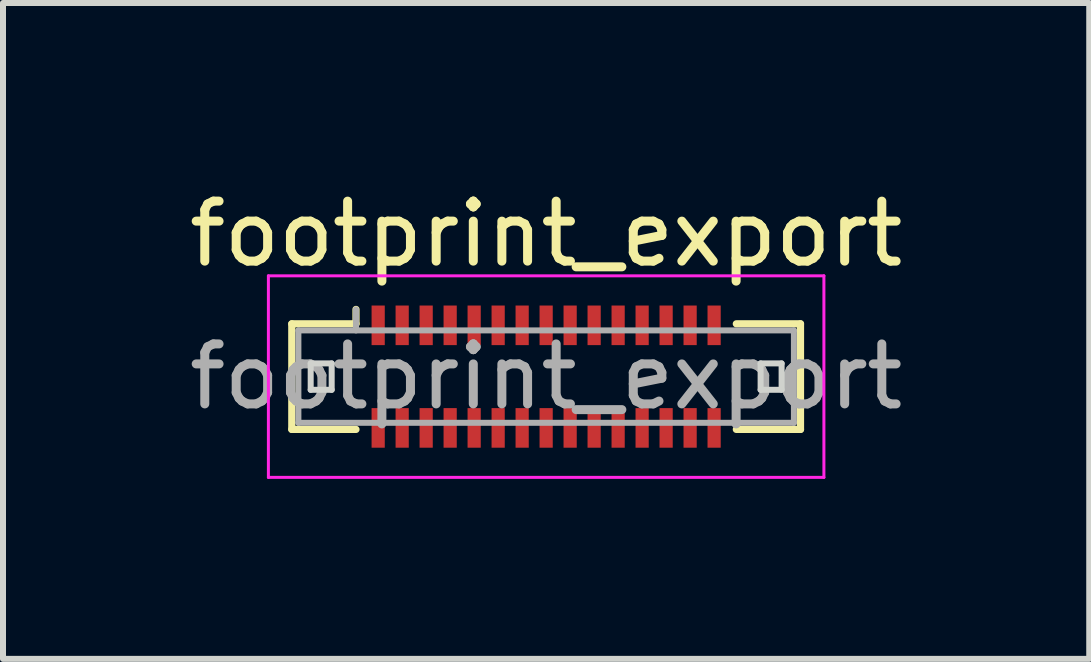
<source format=kicad_pcb>
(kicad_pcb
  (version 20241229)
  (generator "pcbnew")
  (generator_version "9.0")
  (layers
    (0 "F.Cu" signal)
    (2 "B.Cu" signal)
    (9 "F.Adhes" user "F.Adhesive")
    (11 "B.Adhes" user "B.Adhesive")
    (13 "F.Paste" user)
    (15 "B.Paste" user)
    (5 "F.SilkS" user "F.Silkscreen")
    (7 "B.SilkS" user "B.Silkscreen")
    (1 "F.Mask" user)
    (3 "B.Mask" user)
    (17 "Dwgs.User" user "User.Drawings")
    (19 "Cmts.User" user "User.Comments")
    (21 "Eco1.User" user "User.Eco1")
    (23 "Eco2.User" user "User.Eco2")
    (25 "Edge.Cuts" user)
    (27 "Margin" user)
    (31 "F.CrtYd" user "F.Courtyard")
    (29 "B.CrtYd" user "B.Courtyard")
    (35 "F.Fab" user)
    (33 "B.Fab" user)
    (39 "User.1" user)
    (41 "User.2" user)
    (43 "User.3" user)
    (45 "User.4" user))
  (footprint "footprint_export"
    (layer "F.Cu")
    (at 6.054 3.228)
    (property "Reference" "footprint_export" (at 0 -2.38 0) (layer "F.SilkS") (effects (font (size 1 1) (thickness 0.15))))
    (attr smd)
    (fp_line (start -4.24 -0.88) (end -3.17 -0.88) (stroke (width 0.12) (type solid)) (layer "F.SilkS"))
    (fp_line (start -4.24 0.88) (end -4.24 -0.88) (stroke (width 0.12) (type solid)) (layer "F.SilkS"))
    (fp_line (start -3.17 -0.88) (end -3.17 -1.12) (stroke (width 0.12) (type solid)) (layer "F.SilkS"))
    (fp_line (start -3.17 0.88) (end -4.24 0.88) (stroke (width 0.12) (type solid)) (layer "F.SilkS"))
    (fp_line (start 3.17 0.88) (end 4.24 0.88) (stroke (width 0.12) (type solid)) (layer "F.SilkS"))
    (fp_line (start 4.24 -0.88) (end 3.17 -0.88) (stroke (width 0.12) (type solid)) (layer "F.SilkS"))
    (fp_line (start 4.24 0.88) (end 4.24 -0.88) (stroke (width 0.12) (type solid)) (layer "F.SilkS"))
    (fp_line (start -3.925 -0.22) (end -3.925 0.22) (stroke (width 0.1) (type solid)) (layer "Edge.Cuts"))
    (fp_line (start -3.925 0.22) (end -3.575 0.22) (stroke (width 0.1) (type solid)) (layer "Edge.Cuts"))
    (fp_line (start -3.575 -0.22) (end -3.925 -0.22) (stroke (width 0.1) (type solid)) (layer "Edge.Cuts"))
    (fp_line (start -3.575 0.22) (end -3.575 -0.22) (stroke (width 0.1) (type solid)) (layer "Edge.Cuts"))
    (fp_line (start 3.575 -0.22) (end 3.575 0.22) (stroke (width 0.1) (type solid)) (layer "Edge.Cuts"))
    (fp_line (start 3.575 0.22) (end 3.925 0.22) (stroke (width 0.1) (type solid)) (layer "Edge.Cuts"))
    (fp_line (start 3.925 -0.22) (end 3.575 -0.22) (stroke (width 0.1) (type solid)) (layer "Edge.Cuts"))
    (fp_line (start 3.925 0.22) (end 3.925 -0.22) (stroke (width 0.1) (type solid)) (layer "Edge.Cuts"))
    (fp_line (start -4.63 -1.68) (end -4.63 1.68) (stroke (width 0.05) (type solid)) (layer "F.CrtYd"))
    (fp_line (start -4.63 1.68) (end 4.63 1.68) (stroke (width 0.05) (type solid)) (layer "F.CrtYd"))
    (fp_line (start 4.63 -1.68) (end -4.63 -1.68) (stroke (width 0.05) (type solid)) (layer "F.CrtYd"))
    (fp_line (start 4.63 1.68) (end 4.63 -1.68) (stroke (width 0.05) (type solid)) (layer "F.CrtYd"))
    (fp_line (start -4.13 -0.77) (end -4.13 0.77) (stroke (width 0.1) (type solid)) (layer "F.Fab"))
    (fp_line (start -4.13 0.77) (end 4.13 0.77) (stroke (width 0.1) (type solid)) (layer "F.Fab"))
    (fp_line (start -3.17 -0.77) (end -3.17 -1.12) (stroke (width 0.1) (type solid)) (layer "F.Fab"))
    (fp_line (start 4.13 -0.77) (end -4.13 -0.77) (stroke (width 0.1) (type solid)) (layer "F.Fab"))
    (fp_line (start 4.13 0.77) (end 4.13 -0.77) (stroke (width 0.1) (type solid)) (layer "F.Fab"))
    (fp_text user "${REFERENCE}" (at 0 0 0) (layer "F.Fab") (effects (font (size 1 1) (thickness 0.15))))
    (pad "1" smd rect (at -2.8 -0.855) (size 0.22 0.66) (layers "F.Cu" "F.Mask" "F.Paste"))
    (pad "2" smd rect (at -2.8 0.855) (size 0.22 0.66) (layers "F.Cu" "F.Mask" "F.Paste"))
    (pad "3" smd rect (at -2.4 -0.855) (size 0.22 0.66) (layers "F.Cu" "F.Mask" "F.Paste"))
    (pad "4" smd rect (at -2.4 0.855) (size 0.22 0.66) (layers "F.Cu" "F.Mask" "F.Paste"))
    (pad "5" smd rect (at -2 -0.855) (size 0.22 0.66) (layers "F.Cu" "F.Mask" "F.Paste"))
    (pad "6" smd rect (at -2 0.855) (size 0.22 0.66) (layers "F.Cu" "F.Mask" "F.Paste"))
    (pad "7" smd rect (at -1.6 -0.855) (size 0.22 0.66) (layers "F.Cu" "F.Mask" "F.Paste"))
    (pad "8" smd rect (at -1.6 0.855) (size 0.22 0.66) (layers "F.Cu" "F.Mask" "F.Paste"))
    (pad "9" smd rect (at -1.2 -0.855) (size 0.22 0.66) (layers "F.Cu" "F.Mask" "F.Paste"))
    (pad "10" smd rect (at -1.2 0.855) (size 0.22 0.66) (layers "F.Cu" "F.Mask" "F.Paste"))
    (pad "11" smd rect (at -0.8 -0.855) (size 0.22 0.66) (layers "F.Cu" "F.Mask" "F.Paste"))
    (pad "12" smd rect (at -0.8 0.855) (size 0.22 0.66) (layers "F.Cu" "F.Mask" "F.Paste"))
    (pad "13" smd rect (at -0.4 -0.855) (size 0.22 0.66) (layers "F.Cu" "F.Mask" "F.Paste"))
    (pad "14" smd rect (at -0.4 0.855) (size 0.22 0.66) (layers "F.Cu" "F.Mask" "F.Paste"))
    (pad "15" smd rect (at 0 -0.855) (size 0.22 0.66) (layers "F.Cu" "F.Mask" "F.Paste"))
    (pad "16" smd rect (at 0 0.855) (size 0.22 0.66) (layers "F.Cu" "F.Mask" "F.Paste"))
    (pad "17" smd rect (at 0.4 -0.855) (size 0.22 0.66) (layers "F.Cu" "F.Mask" "F.Paste"))
    (pad "18" smd rect (at 0.4 0.855) (size 0.22 0.66) (layers "F.Cu" "F.Mask" "F.Paste"))
    (pad "19" smd rect (at 0.8 -0.855) (size 0.22 0.66) (layers "F.Cu" "F.Mask" "F.Paste"))
    (pad "20" smd rect (at 0.8 0.855) (size 0.22 0.66) (layers "F.Cu" "F.Mask" "F.Paste"))
    (pad "21" smd rect (at 1.2 -0.855) (size 0.22 0.66) (layers "F.Cu" "F.Mask" "F.Paste"))
    (pad "22" smd rect (at 1.2 0.855) (size 0.22 0.66) (layers "F.Cu" "F.Mask" "F.Paste"))
    (pad "23" smd rect (at 1.6 -0.855) (size 0.22 0.66) (layers "F.Cu" "F.Mask" "F.Paste"))
    (pad "24" smd rect (at 1.6 0.855) (size 0.22 0.66) (layers "F.Cu" "F.Mask" "F.Paste"))
    (pad "25" smd rect (at 2 -0.855) (size 0.22 0.66) (layers "F.Cu" "F.Mask" "F.Paste"))
    (pad "26" smd rect (at 2 0.855) (size 0.22 0.66) (layers "F.Cu" "F.Mask" "F.Paste"))
    (pad "27" smd rect (at 2.4 -0.855) (size 0.22 0.66) (layers "F.Cu" "F.Mask" "F.Paste"))
    (pad "28" smd rect (at 2.4 0.855) (size 0.22 0.66) (layers "F.Cu" "F.Mask" "F.Paste"))
    (pad "29" smd rect (at 2.8 -0.855) (size 0.22 0.66) (layers "F.Cu" "F.Mask" "F.Paste"))
    (pad "30" smd rect (at 2.8 0.855) (size 0.22 0.66) (layers "F.Cu" "F.Mask" "F.Paste")))
  (gr_rect
    (start -3 -3)
    (end 15.107 7.933)
    (stroke (width 0.1) (type default))
    (fill no)
    (layer "Edge.Cuts")))
</source>
